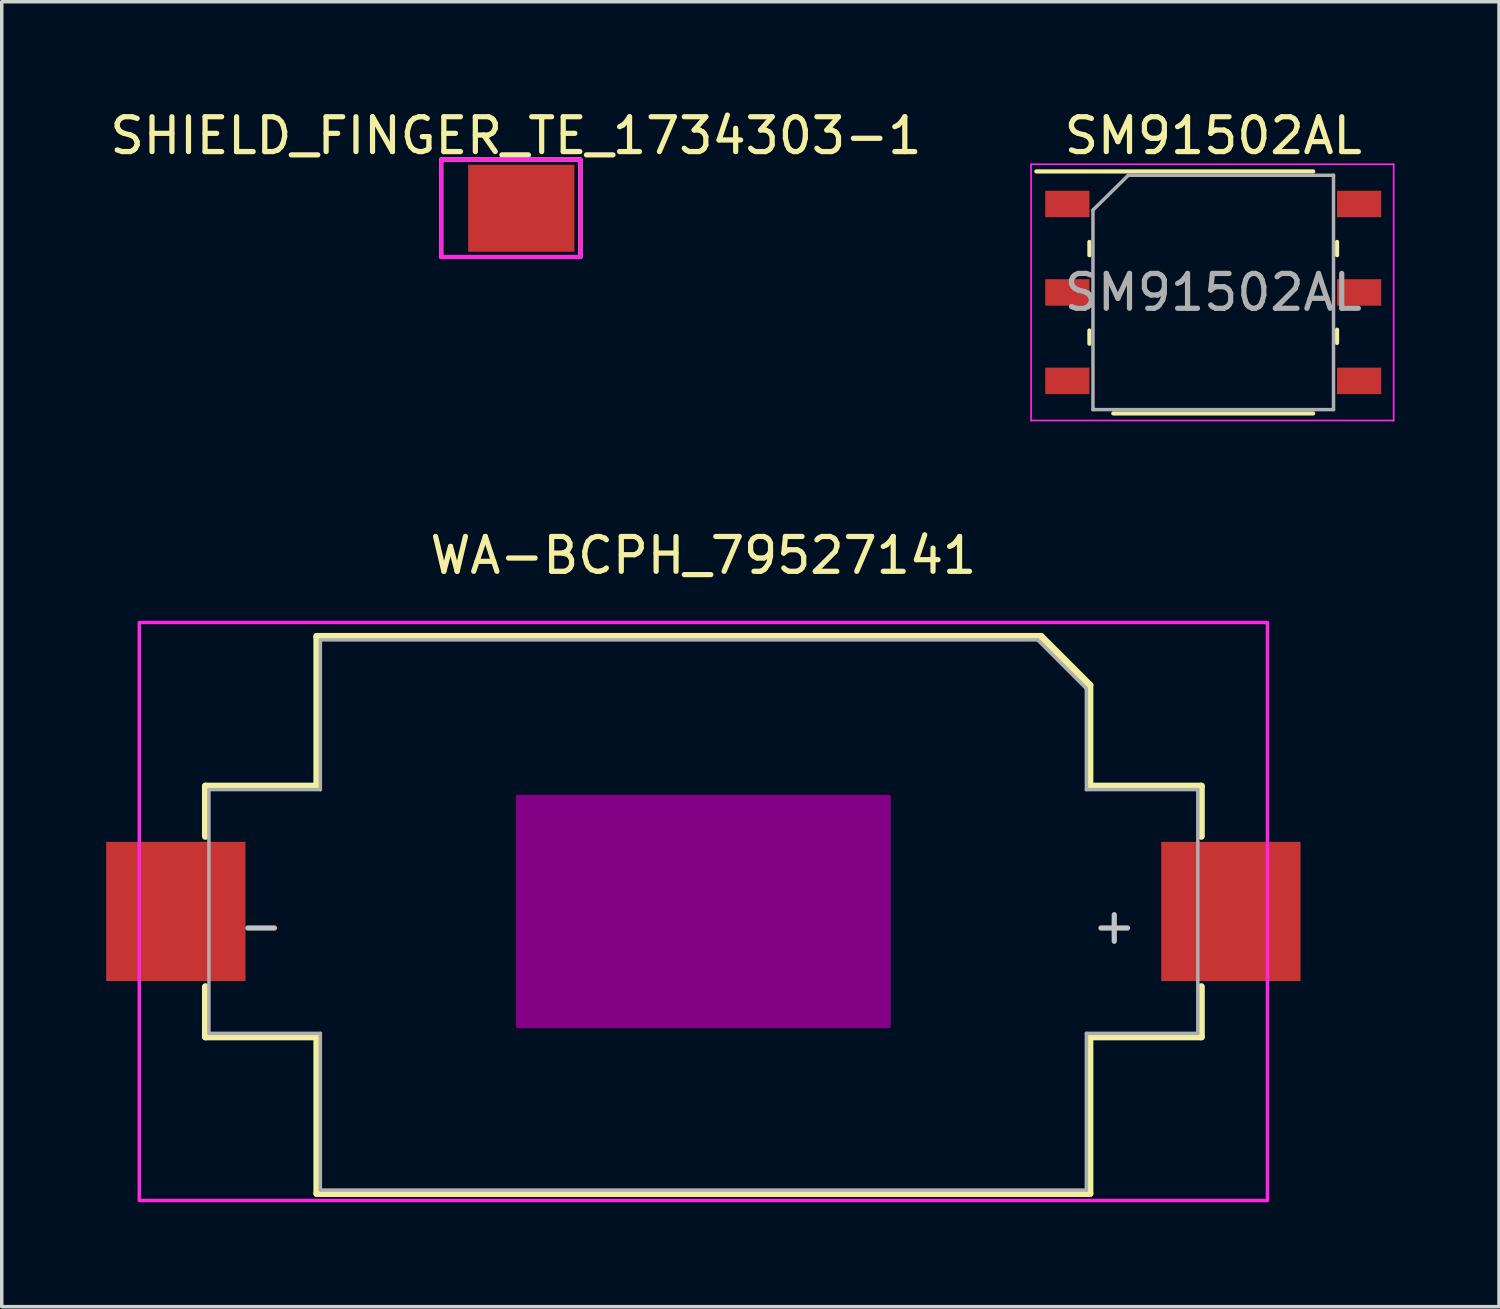
<source format=kicad_pcb>
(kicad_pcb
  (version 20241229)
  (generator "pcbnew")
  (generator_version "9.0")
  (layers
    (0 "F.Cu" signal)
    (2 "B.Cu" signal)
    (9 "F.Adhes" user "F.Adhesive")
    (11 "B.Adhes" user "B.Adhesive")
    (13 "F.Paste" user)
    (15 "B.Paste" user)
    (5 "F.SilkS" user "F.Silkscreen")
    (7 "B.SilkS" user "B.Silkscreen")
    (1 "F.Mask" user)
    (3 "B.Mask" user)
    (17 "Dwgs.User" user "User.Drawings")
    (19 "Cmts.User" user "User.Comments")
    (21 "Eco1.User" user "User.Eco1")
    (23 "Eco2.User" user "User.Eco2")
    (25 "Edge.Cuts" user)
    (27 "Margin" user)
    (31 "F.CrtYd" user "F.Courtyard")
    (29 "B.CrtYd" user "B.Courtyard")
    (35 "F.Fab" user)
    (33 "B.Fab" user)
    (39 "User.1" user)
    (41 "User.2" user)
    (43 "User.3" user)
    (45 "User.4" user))
  (footprint "WA-BCPH_79527141"
    (layer "F.Cu")
    (at 17.15 23.127)
    (property "Reference" "WA-BCPH_79527141" (at 0 -10.225 0) (layer "F.SilkS") (effects (font (size 1 1) (thickness 0.15))))
    (attr through_hole)
    (fp_line (start -14.3 -3.6) (end -14.3 -2.159) (stroke (width 0.2) (type solid)) (layer "F.SilkS"))
    (fp_line (start -14.3 -3.6) (end -11.1 -3.6) (stroke (width 0.2) (type solid)) (layer "F.SilkS"))
    (fp_line (start -14.3 3.6) (end -14.3 2.159) (stroke (width 0.2) (type solid)) (layer "F.SilkS"))
    (fp_line (start -11.1 -7.9) (end 9.7 -7.9) (stroke (width 0.2) (type solid)) (layer "F.SilkS"))
    (fp_line (start -11.1 -3.6) (end -11.1 -7.9) (stroke (width 0.2) (type solid)) (layer "F.SilkS"))
    (fp_line (start -11.1 3.6) (end -14.3 3.6) (stroke (width 0.2) (type solid)) (layer "F.SilkS"))
    (fp_line (start -11.1 8.1) (end -11.1 3.6) (stroke (width 0.2) (type solid)) (layer "F.SilkS"))
    (fp_line (start 9.7 -7.9) (end 11.1 -6.5) (stroke (width 0.2) (type solid)) (layer "F.SilkS"))
    (fp_line (start 11.1 -6.5) (end 11.1 -3.6) (stroke (width 0.2) (type solid)) (layer "F.SilkS"))
    (fp_line (start 11.1 -3.6) (end 14.3 -3.6) (stroke (width 0.2) (type solid)) (layer "F.SilkS"))
    (fp_line (start 11.1 3.6) (end 11.1 8.1) (stroke (width 0.2) (type solid)) (layer "F.SilkS"))
    (fp_line (start 11.1 8.1) (end -11.1 8.1) (stroke (width 0.2) (type solid)) (layer "F.SilkS"))
    (fp_line (start 14.3 -3.6) (end 14.3 -2.159) (stroke (width 0.2) (type solid)) (layer "F.SilkS"))
    (fp_line (start 14.3 2.159) (end 14.3 3.6) (stroke (width 0.2) (type solid)) (layer "F.SilkS"))
    (fp_line (start 14.3 3.6) (end 11.1 3.6) (stroke (width 0.2) (type solid)) (layer "F.SilkS"))
    (fp_poly (pts (xy -5.334 -3.302) (xy 5.334 -3.302) (xy 5.334 3.302) (xy -5.334 3.302) (xy -5.334 2.54)) (stroke (width 0.1) (type solid)) (fill yes) (layer "F.Adhes"))
    (fp_poly (pts (xy -16.2 -8.3) (xy 16.2 -8.3) (xy 16.2 8.3) (xy -16.2 8.3)) (stroke (width 0.1) (type solid)) (fill no) (layer "F.CrtYd"))
    (fp_line (start -14.2 -3.5) (end -11 -3.5) (stroke (width 0.1) (type solid)) (layer "F.Fab"))
    (fp_line (start -14.2 3.5) (end -14.2 -3.5) (stroke (width 0.1) (type solid)) (layer "F.Fab"))
    (fp_line (start -14.2 3.5) (end -11 3.5) (stroke (width 0.1) (type solid)) (layer "F.Fab"))
    (fp_line (start -11 -7.8) (end 9.6 -7.8) (stroke (width 0.1) (type solid)) (layer "F.Fab"))
    (fp_line (start -11 -3.5) (end -11 -7.8) (stroke (width 0.1) (type solid)) (layer "F.Fab"))
    (fp_line (start -11 3.5) (end -11 8) (stroke (width 0.1) (type solid)) (layer "F.Fab"))
    (fp_line (start -11 8) (end 11 8) (stroke (width 0.1) (type solid)) (layer "F.Fab"))
    (fp_line (start 9.6 -7.8) (end 11 -6.4) (stroke (width 0.1) (type solid)) (layer "F.Fab"))
    (fp_line (start 11 -6.4) (end 11 -3.5) (stroke (width 0.1) (type solid)) (layer "F.Fab"))
    (fp_line (start 11 -3.5) (end 14.2 -3.5) (stroke (width 0.1) (type solid)) (layer "F.Fab"))
    (fp_line (start 11 8) (end 11 3.5) (stroke (width 0.1) (type solid)) (layer "F.Fab"))
    (fp_line (start 14.2 -3.5) (end 14.2 3.5) (stroke (width 0.1) (type solid)) (layer "F.Fab"))
    (fp_line (start 14.2 3.5) (end 11 3.5) (stroke (width 0.1) (type solid)) (layer "F.Fab"))
    (fp_text user "+" (at 11.8 0.4 0) (layer "Dwgs.User") (effects (font (size 1 1) (thickness 0.15))))
    (fp_text user "-" (at -12.7 0.4 0) (layer "Dwgs.User") (effects (font (size 1 1) (thickness 0.15))))
    (pad "1" smd rect (at 15.15 0) (size 4 4) (layers "F.Cu" "F.Mask" "F.Paste"))
    (pad "2" smd rect (at -15.15 0) (size 4 4) (layers "F.Cu" "F.Mask" "F.Paste")))
  (footprint "SHIELD_FINGER_TE_1734303-1"
    (layer "F.Cu")
    (at 11.92 2.931)
    (property "Reference" "SHIELD_FINGER_TE_1734303-1" (at -0.152 -2.083 0) (unlocked yes) (layer "F.SilkS") (effects (font (size 1 1) (thickness 0.15))))
    (attr smd)
    (fp_rect (start -2.3 -1.4) (end 1.7 1.4) (stroke (width 0.12) (type solid)) (fill no) (layer "F.SilkS"))
    (fp_rect (start -2.3 -1.4) (end 1.7 1.4) (stroke (width 0.12) (type solid)) (fill no) (layer "F.CrtYd"))
    (pad "1" smd rect (at 0 0) (size 3.05 2.5) (layers "F.Cu" "F.Mask" "F.Paste")))
  (footprint "SM91502AL"
    (layer "F.Cu")
    (at 31.793 5.348)
    (property "Reference" "SM91502AL" (at 0 -4.5 0) (layer "F.SilkS") (effects (font (size 1 1) (thickness 0.15))))
    (attr smd)
    (fp_line (start -5.08 -3.475) (end 2.87 -3.475) (stroke (width 0.12) (type solid)) (layer "F.SilkS"))
    (fp_line (start -3.556 -1.45) (end -3.556 -1.07) (stroke (width 0.12) (type solid)) (layer "F.SilkS"))
    (fp_line (start -3.556 1.093) (end -3.556 1.473) (stroke (width 0.12) (type solid)) (layer "F.SilkS"))
    (fp_line (start -2.87 3.475) (end 2.87 3.475) (stroke (width 0.12) (type solid)) (layer "F.SilkS"))
    (fp_line (start 3.556 -1.45) (end 3.556 -1.07) (stroke (width 0.12) (type solid)) (layer "F.SilkS"))
    (fp_line (start 3.556 1.45) (end 3.556 1.07) (stroke (width 0.12) (type solid)) (layer "F.SilkS"))
    (fp_line (start -5.232 -3.68) (end 5.182 -3.68) (stroke (width 0.05) (type solid)) (layer "F.CrtYd"))
    (fp_line (start -5.232 3.68) (end -5.232 -3.68) (stroke (width 0.05) (type solid)) (layer "F.CrtYd"))
    (fp_line (start 5.182 -3.68) (end 5.182 3.68) (stroke (width 0.05) (type solid)) (layer "F.CrtYd"))
    (fp_line (start 5.182 3.68) (end -5.232 3.68) (stroke (width 0.05) (type solid)) (layer "F.CrtYd"))
    (fp_line (start -3.454 3.365) (end -3.454 -2.365) (stroke (width 0.1) (type solid)) (layer "F.Fab"))
    (fp_line (start -2.438 -3.365) (end -3.454 -2.365) (stroke (width 0.1) (type solid)) (layer "F.Fab"))
    (fp_line (start -2.438 -3.365) (end 3.454 -3.365) (stroke (width 0.1) (type solid)) (layer "F.Fab"))
    (fp_line (start 3.454 -3.365) (end 3.454 3.365) (stroke (width 0.1) (type solid)) (layer "F.Fab"))
    (fp_line (start 3.454 3.365) (end -3.454 3.365) (stroke (width 0.1) (type solid)) (layer "F.Fab"))
    (fp_text user "${REFERENCE}" (at 0 0 0) (layer "F.Fab") (effects (font (size 1 1) (thickness 0.15))))
    (pad "1" smd rect (at -4.19 -2.54) (size 1.27 0.76) (layers "F.Cu" "F.Mask" "F.Paste"))
    (pad "2" smd rect (at -4.19 0 90) (size 0.76 1.27) (layers "F.Cu" "F.Mask" "F.Paste"))
    (pad "3" smd rect (at -4.19 2.54) (size 1.27 0.76) (layers "F.Cu" "F.Mask" "F.Paste"))
    (pad "4" smd rect (at 4.19 2.54) (size 1.27 0.76) (layers "F.Cu" "F.Mask" "F.Paste"))
    (pad "5" smd rect (at 4.19 0) (size 1.27 0.76) (layers "F.Cu" "F.Mask" "F.Paste"))
    (pad "6" smd rect (at 4.19 -2.54) (size 1.27 0.76) (layers "F.Cu" "F.Mask" "F.Paste")))
  (gr_rect
    (start -3 -3)
    (end 40 34.477)
    (stroke (width 0.1) (type default))
    (fill no)
    (layer "Edge.Cuts")))
</source>
